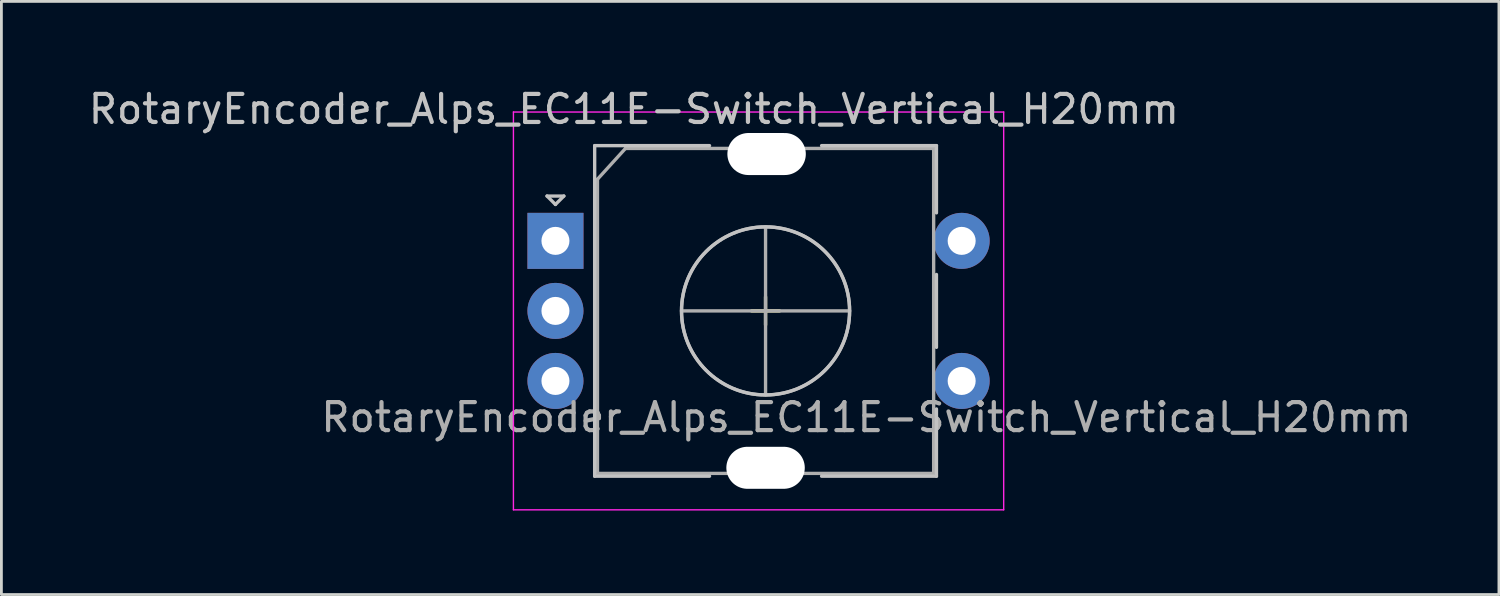
<source format=kicad_pcb>
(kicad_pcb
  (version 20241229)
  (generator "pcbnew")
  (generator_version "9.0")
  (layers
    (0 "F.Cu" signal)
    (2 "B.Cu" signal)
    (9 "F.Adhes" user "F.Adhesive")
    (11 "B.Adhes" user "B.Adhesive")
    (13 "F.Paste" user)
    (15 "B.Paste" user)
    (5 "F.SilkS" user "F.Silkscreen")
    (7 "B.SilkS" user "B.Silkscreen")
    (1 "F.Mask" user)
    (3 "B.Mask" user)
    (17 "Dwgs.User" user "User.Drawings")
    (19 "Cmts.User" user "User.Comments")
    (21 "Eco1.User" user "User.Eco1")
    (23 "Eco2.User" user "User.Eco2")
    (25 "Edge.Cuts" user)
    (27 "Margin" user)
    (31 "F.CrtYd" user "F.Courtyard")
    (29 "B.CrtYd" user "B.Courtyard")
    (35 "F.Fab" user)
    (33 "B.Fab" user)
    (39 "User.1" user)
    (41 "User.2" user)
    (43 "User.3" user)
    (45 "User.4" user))
  (footprint "RotaryEncoder_Alps_EC11E-Switch_Vertical_H20mm"
    (layer "F.Cu")
    (at 16.777 5.548)
    (property "Reference" "RotaryEncoder_Alps_EC11E-Switch_Vertical_H20mm" (at 2.8 -4.7 0) (layer "Dwgs.User") (effects (font (size 1 1) (thickness 0.15))))
    (attr through_hole)
    (fp_line (start 7 2.5) (end 8 2.5) (stroke (width 0.12) (type solid)) (layer "F.SilkS"))
    (fp_line (start 7.5 2) (end 7.5 3) (stroke (width 0.12) (type solid)) (layer "F.SilkS"))
    (fp_line (start -0.3 -1.6) (end 0.3 -1.6) (stroke (width 0.12) (type solid)) (layer "Dwgs.User"))
    (fp_line (start 0 -1.3) (end -0.3 -1.6) (stroke (width 0.12) (type solid)) (layer "Dwgs.User"))
    (fp_line (start 0.3 -1.6) (end 0 -1.3) (stroke (width 0.12) (type solid)) (layer "Dwgs.User"))
    (fp_line (start 1.4 -3.4) (end 1.4 8.4) (stroke (width 0.12) (type solid)) (layer "Dwgs.User"))
    (fp_line (start 5.5 -3.4) (end 1.4 -3.4) (stroke (width 0.12) (type solid)) (layer "Dwgs.User"))
    (fp_line (start 5.5 8.4) (end 1.4 8.4) (stroke (width 0.12) (type solid)) (layer "Dwgs.User"))
    (fp_line (start 9.5 -3.4) (end 13.6 -3.4) (stroke (width 0.12) (type solid)) (layer "Dwgs.User"))
    (fp_line (start 13.6 -3.4) (end 13.6 -1) (stroke (width 0.12) (type solid)) (layer "Dwgs.User"))
    (fp_line (start 13.6 1.2) (end 13.6 3.8) (stroke (width 0.12) (type solid)) (layer "Dwgs.User"))
    (fp_line (start 13.6 6) (end 13.6 8.4) (stroke (width 0.12) (type solid)) (layer "Dwgs.User"))
    (fp_line (start 13.6 8.4) (end 9.5 8.4) (stroke (width 0.12) (type solid)) (layer "Dwgs.User"))
    (fp_circle (center 7.5 2.5) (end 10.5 2.5) (stroke (width 0.12) (type solid)) (fill no) (layer "Dwgs.User"))
    (fp_line (start -1.5 -4.6) (end -1.5 9.6) (stroke (width 0.05) (type solid)) (layer "F.CrtYd"))
    (fp_line (start -1.5 -4.6) (end 16 -4.6) (stroke (width 0.05) (type solid)) (layer "F.CrtYd"))
    (fp_line (start 16 9.6) (end -1.5 9.6) (stroke (width 0.05) (type solid)) (layer "F.CrtYd"))
    (fp_line (start 16 9.6) (end 16 -4.6) (stroke (width 0.05) (type solid)) (layer "F.CrtYd"))
    (fp_line (start 1.5 -2.2) (end 2.5 -3.3) (stroke (width 0.12) (type solid)) (layer "F.Fab"))
    (fp_line (start 1.5 8.3) (end 1.5 -2.2) (stroke (width 0.12) (type solid)) (layer "F.Fab"))
    (fp_line (start 2.5 -3.3) (end 13.5 -3.3) (stroke (width 0.12) (type solid)) (layer "F.Fab"))
    (fp_line (start 4.5 2.5) (end 10.5 2.5) (stroke (width 0.12) (type solid)) (layer "F.Fab"))
    (fp_line (start 7.5 -0.5) (end 7.5 5.5) (stroke (width 0.12) (type solid)) (layer "F.Fab"))
    (fp_line (start 13.5 -3.3) (end 13.5 8.3) (stroke (width 0.12) (type solid)) (layer "F.Fab"))
    (fp_line (start 13.5 8.3) (end 1.5 8.3) (stroke (width 0.12) (type solid)) (layer "F.Fab"))
    (fp_circle (center 7.5 2.5) (end 10.5 2.5) (stroke (width 0.12) (type solid)) (fill no) (layer "F.Fab"))
    (fp_text user "${REFERENCE}" (at 11.1 6.3 0) (layer "F.Fab") (effects (font (size 1 1) (thickness 0.15))))
    (pad "" np_thru_hole oval (at 7.5 8.1) (size 2.8 1.5) (drill oval 2.8 1.5) (layers "*.Cu" "*.Mask"))
    (pad "" np_thru_hole oval (at 7.537 -3.1) (size 2.8 1.5) (drill oval 2.8 1.5) (layers "*.Cu" "*.Mask"))
    (pad "A" thru_hole rect (at 0 0) (size 2 2) (drill 1) (layers "*.Cu" "*.Mask"))
    (pad "B" thru_hole circle (at 0 5) (size 2 2) (drill 1) (layers "*.Cu" "*.Mask"))
    (pad "C" thru_hole circle (at 0 2.5) (size 2 2) (drill 1) (layers "*.Cu" "*.Mask"))
    (pad "S1" thru_hole circle (at 14.5 5) (size 2 2) (drill 1) (layers "*.Cu" "*.Mask"))
    (pad "S2" thru_hole circle (at 14.5 0) (size 2 2) (drill 1) (layers "*.Cu" "*.Mask")))
  (gr_rect
    (start -3 -3)
    (end 50.455 18.173)
    (stroke (width 0.1) (type default))
    (fill no)
    (layer "Edge.Cuts")))
</source>
